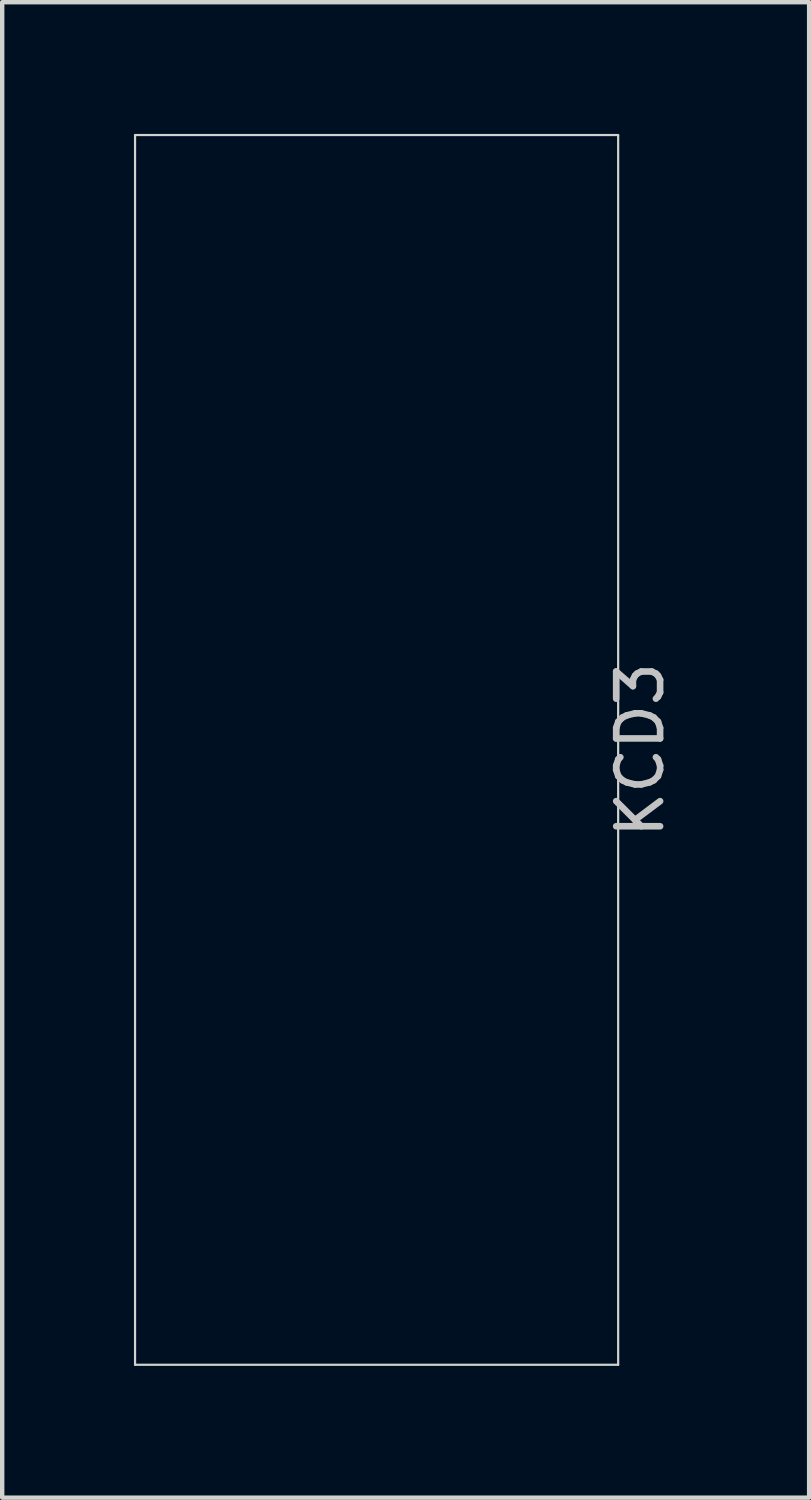
<source format=kicad_pcb>
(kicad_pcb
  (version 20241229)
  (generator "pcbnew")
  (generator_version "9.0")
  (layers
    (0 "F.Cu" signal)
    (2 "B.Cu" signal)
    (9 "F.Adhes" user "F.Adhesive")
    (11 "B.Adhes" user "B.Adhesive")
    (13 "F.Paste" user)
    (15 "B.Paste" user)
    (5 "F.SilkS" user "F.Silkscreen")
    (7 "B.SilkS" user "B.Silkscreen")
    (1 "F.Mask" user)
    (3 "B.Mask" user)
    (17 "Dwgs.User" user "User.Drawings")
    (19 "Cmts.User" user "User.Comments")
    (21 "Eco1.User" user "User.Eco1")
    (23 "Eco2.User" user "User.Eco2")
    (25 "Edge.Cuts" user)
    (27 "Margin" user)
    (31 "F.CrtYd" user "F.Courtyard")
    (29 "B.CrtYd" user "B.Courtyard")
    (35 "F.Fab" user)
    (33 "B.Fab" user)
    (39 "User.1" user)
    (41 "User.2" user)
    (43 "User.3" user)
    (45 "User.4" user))
  (footprint "KCD3"
    (layer "F.Cu")
    (at 5.525 14.025)
    (property "Reference" "KCD3" (at 6 0 90) (layer "Dwgs.User") (effects (font (size 1 1) (thickness 0.15))))
    (attr through_hole)
    (fp_line (start -5.5 -14) (end 5.5 -14) (stroke (width 0.05) (type solid)) (layer "Edge.Cuts"))
    (fp_line (start -5.5 14) (end -5.5 -14) (stroke (width 0.05) (type solid)) (layer "Edge.Cuts"))
    (fp_line (start 5.5 -14) (end 5.5 14) (stroke (width 0.05) (type solid)) (layer "Edge.Cuts"))
    (fp_line (start 5.5 14) (end -5.5 14) (stroke (width 0.05) (type solid)) (layer "Edge.Cuts")))
  (gr_rect
    (start -3 -3)
    (end 15.373 31.05)
    (stroke (width 0.1) (type default))
    (fill no)
    (layer "Edge.Cuts")))
</source>
